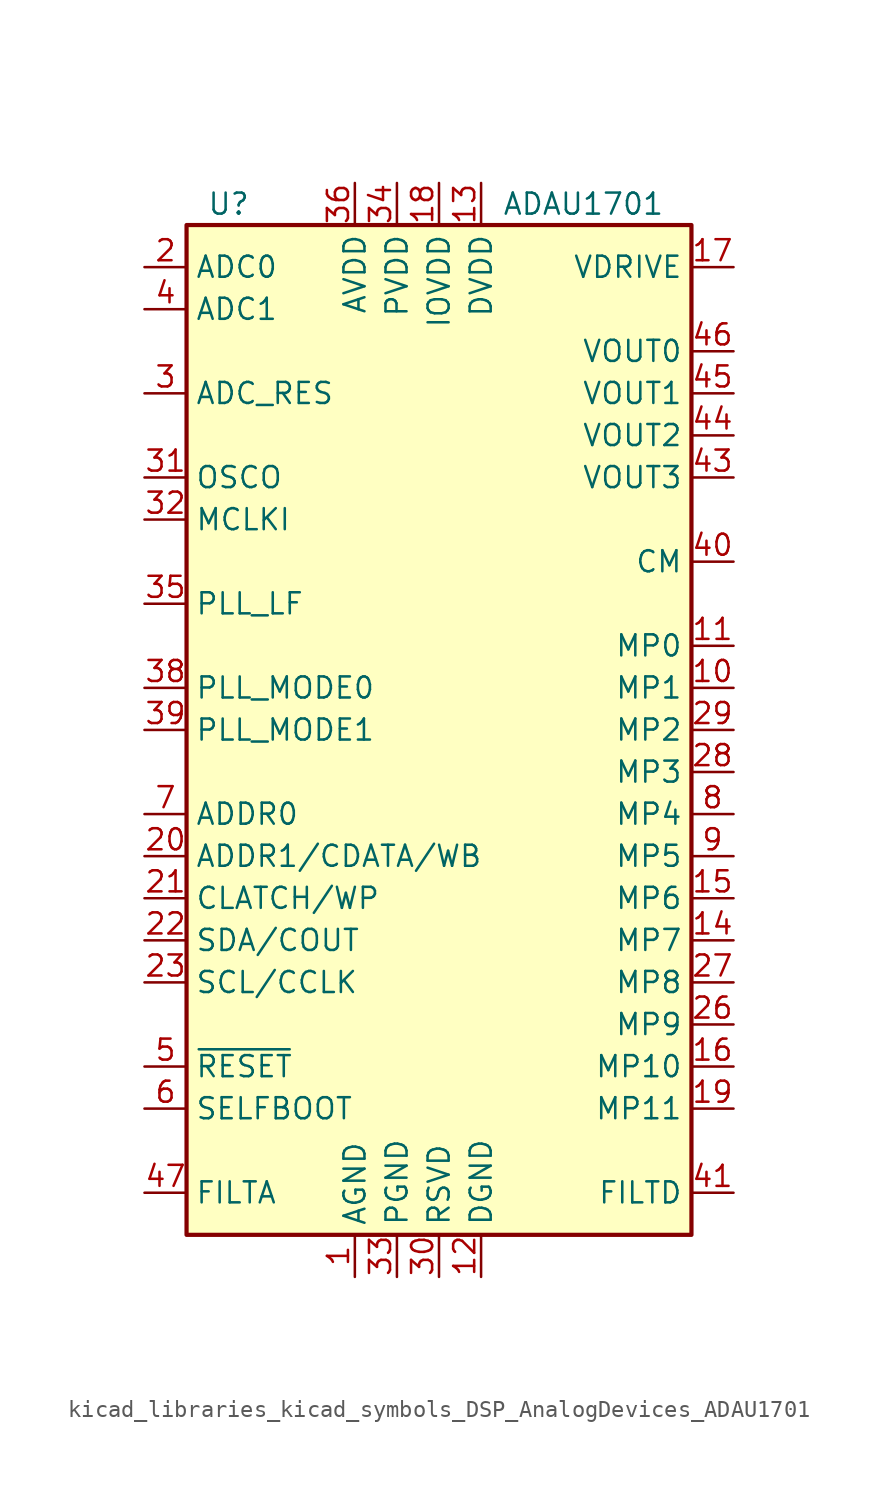
<source format=kicad_sym>
(kicad_symbol_lib
  (version 20220914)
  (generator kicad_symbol_editor)
  (symbol "kicad_libraries_kicad_symbols_DSP_AnalogDevices_ADAU1701"
    (property "Reference" "U"
      (at -12.7 31.75 0)
      (effects (font (size 1.27 1.27))))
    (property "Value" "ADAU1701"
      (at 3.81 31.75 0)
      (effects (font (size 1.27 1.27)) (justify left)))
    (symbol "kicad_libraries_kicad_symbols_DSP_AnalogDevices_ADAU1701_0_1"
      (rectangle (start -15.24 30.48) (end 15.24 -30.48) (stroke (width 0.254) (type default)) (fill (type background))))
    (symbol "kicad_libraries_kicad_symbols_DSP_AnalogDevices_ADAU1701_1_1"
      (pin power_in line (at -5.08 -33.02 90) (length 2.54) (name "AGND" (effects (font (size 1.27 1.27)))) (number "1" (effects (font (size 1.27 1.27)))))
      (pin bidirectional line (at 17.78 2.54 180) (length 2.54) (name "MP1" (effects (font (size 1.27 1.27)))) (number "10" (effects (font (size 1.27 1.27)))))
      (pin bidirectional line (at 17.78 5.08 180) (length 2.54) (name "MP0" (effects (font (size 1.27 1.27)))) (number "11" (effects (font (size 1.27 1.27)))))
      (pin power_in line (at 2.54 -33.02 90) (length 2.54) (name "DGND" (effects (font (size 1.27 1.27)))) (number "12" (effects (font (size 1.27 1.27)))))
      (pin power_in line (at 2.54 33.02 270) (length 2.54) (name "DVDD" (effects (font (size 1.27 1.27)))) (number "13" (effects (font (size 1.27 1.27)))))
      (pin bidirectional line (at 17.78 -12.7 180) (length 2.54) (name "MP7" (effects (font (size 1.27 1.27)))) (number "14" (effects (font (size 1.27 1.27)))))
      (pin bidirectional line (at 17.78 -10.16 180) (length 2.54) (name "MP6" (effects (font (size 1.27 1.27)))) (number "15" (effects (font (size 1.27 1.27)))))
      (pin bidirectional line (at 17.78 -20.32 180) (length 2.54) (name "MP10" (effects (font (size 1.27 1.27)))) (number "16" (effects (font (size 1.27 1.27)))))
      (pin output line (at 17.78 27.94 180) (length 2.54) (name "VDRIVE" (effects (font (size 1.27 1.27)))) (number "17" (effects (font (size 1.27 1.27)))))
      (pin power_in line (at 0 33.02 270) (length 2.54) (name "IOVDD" (effects (font (size 1.27 1.27)))) (number "18" (effects (font (size 1.27 1.27)))))
      (pin bidirectional line (at 17.78 -22.86 180) (length 2.54) (name "MP11" (effects (font (size 1.27 1.27)))) (number "19" (effects (font (size 1.27 1.27)))))
      (pin input line (at -17.78 27.94 0) (length 2.54) (name "ADC0" (effects (font (size 1.27 1.27)))) (number "2" (effects (font (size 1.27 1.27)))))
      (pin input line (at -17.78 -7.62 0) (length 2.54) (name "ADDR1/CDATA/WB" (effects (font (size 1.27 1.27)))) (number "20" (effects (font (size 1.27 1.27)))))
      (pin bidirectional line (at -17.78 -10.16 0) (length 2.54) (name "CLATCH/WP" (effects (font (size 1.27 1.27)))) (number "21" (effects (font (size 1.27 1.27)))))
      (pin bidirectional line (at -17.78 -12.7 0) (length 2.54) (name "SDA/COUT" (effects (font (size 1.27 1.27)))) (number "22" (effects (font (size 1.27 1.27)))))
      (pin bidirectional line (at -17.78 -15.24 0) (length 2.54) (name "SCL/CCLK" (effects (font (size 1.27 1.27)))) (number "23" (effects (font (size 1.27 1.27)))))
      (pin passive line (at 2.54 33.02 270) (length 2.54) hide (name "DVDD" (effects (font (size 1.27 1.27)))) (number "24" (effects (font (size 1.27 1.27)))))
      (pin passive line (at 2.54 -33.02 90) (length 2.54) hide (name "DGND" (effects (font (size 1.27 1.27)))) (number "25" (effects (font (size 1.27 1.27)))))
      (pin bidirectional line (at 17.78 -17.78 180) (length 2.54) (name "MP9" (effects (font (size 1.27 1.27)))) (number "26" (effects (font (size 1.27 1.27)))))
      (pin bidirectional line (at 17.78 -15.24 180) (length 2.54) (name "MP8" (effects (font (size 1.27 1.27)))) (number "27" (effects (font (size 1.27 1.27)))))
      (pin bidirectional line (at 17.78 -2.54 180) (length 2.54) (name "MP3" (effects (font (size 1.27 1.27)))) (number "28" (effects (font (size 1.27 1.27)))))
      (pin bidirectional line (at 17.78 0 180) (length 2.54) (name "MP2" (effects (font (size 1.27 1.27)))) (number "29" (effects (font (size 1.27 1.27)))))
      (pin passive line (at -17.78 20.32 0) (length 2.54) (name "ADC_RES" (effects (font (size 1.27 1.27)))) (number "3" (effects (font (size 1.27 1.27)))))
      (pin passive line (at 0 -33.02 90) (length 2.54) (name "RSVD" (effects (font (size 1.27 1.27)))) (number "30" (effects (font (size 1.27 1.27)))))
      (pin passive line (at -17.78 15.24 0) (length 2.54) (name "OSCO" (effects (font (size 1.27 1.27)))) (number "31" (effects (font (size 1.27 1.27)))))
      (pin passive line (at -17.78 12.7 0) (length 2.54) (name "MCLKI" (effects (font (size 1.27 1.27)))) (number "32" (effects (font (size 1.27 1.27)))))
      (pin power_in line (at -2.54 -33.02 90) (length 2.54) (name "PGND" (effects (font (size 1.27 1.27)))) (number "33" (effects (font (size 1.27 1.27)))))
      (pin power_in line (at -2.54 33.02 270) (length 2.54) (name "PVDD" (effects (font (size 1.27 1.27)))) (number "34" (effects (font (size 1.27 1.27)))))
      (pin passive line (at -17.78 7.62 0) (length 2.54) (name "PLL_LF" (effects (font (size 1.27 1.27)))) (number "35" (effects (font (size 1.27 1.27)))))
      (pin power_in line (at -5.08 33.02 270) (length 2.54) (name "AVDD" (effects (font (size 1.27 1.27)))) (number "36" (effects (font (size 1.27 1.27)))))
      (pin passive line (at -5.08 -33.02 90) (length 2.54) hide (name "AGND" (effects (font (size 1.27 1.27)))) (number "37" (effects (font (size 1.27 1.27)))))
      (pin input line (at -17.78 2.54 0) (length 2.54) (name "PLL_MODE0" (effects (font (size 1.27 1.27)))) (number "38" (effects (font (size 1.27 1.27)))))
      (pin input line (at -17.78 0 0) (length 2.54) (name "PLL_MODE1" (effects (font (size 1.27 1.27)))) (number "39" (effects (font (size 1.27 1.27)))))
      (pin input line (at -17.78 25.4 0) (length 2.54) (name "ADC1" (effects (font (size 1.27 1.27)))) (number "4" (effects (font (size 1.27 1.27)))))
      (pin output line (at 17.78 10.16 180) (length 2.54) (name "CM" (effects (font (size 1.27 1.27)))) (number "40" (effects (font (size 1.27 1.27)))))
      (pin output line (at 17.78 -27.94 180) (length 2.54) (name "FILTD" (effects (font (size 1.27 1.27)))) (number "41" (effects (font (size 1.27 1.27)))))
      (pin passive line (at -5.08 -33.02 90) (length 2.54) hide (name "AGND" (effects (font (size 1.27 1.27)))) (number "42" (effects (font (size 1.27 1.27)))))
      (pin output line (at 17.78 15.24 180) (length 2.54) (name "VOUT3" (effects (font (size 1.27 1.27)))) (number "43" (effects (font (size 1.27 1.27)))))
      (pin output line (at 17.78 17.78 180) (length 2.54) (name "VOUT2" (effects (font (size 1.27 1.27)))) (number "44" (effects (font (size 1.27 1.27)))))
      (pin output line (at 17.78 20.32 180) (length 2.54) (name "VOUT1" (effects (font (size 1.27 1.27)))) (number "45" (effects (font (size 1.27 1.27)))))
      (pin output line (at 17.78 22.86 180) (length 2.54) (name "VOUT0" (effects (font (size 1.27 1.27)))) (number "46" (effects (font (size 1.27 1.27)))))
      (pin output line (at -17.78 -27.94 0) (length 2.54) (name "FILTA" (effects (font (size 1.27 1.27)))) (number "47" (effects (font (size 1.27 1.27)))))
      (pin passive line (at -5.08 33.02 270) (length 2.54) hide (name "AVDD" (effects (font (size 1.27 1.27)))) (number "48" (effects (font (size 1.27 1.27)))))
      (pin input line (at -17.78 -20.32 0) (length 2.54) (name "~{RESET}" (effects (font (size 1.27 1.27)))) (number "5" (effects (font (size 1.27 1.27)))))
      (pin input line (at -17.78 -22.86 0) (length 2.54) (name "SELFBOOT" (effects (font (size 1.27 1.27)))) (number "6" (effects (font (size 1.27 1.27)))))
      (pin input line (at -17.78 -5.08 0) (length 2.54) (name "ADDR0" (effects (font (size 1.27 1.27)))) (number "7" (effects (font (size 1.27 1.27)))))
      (pin bidirectional line (at 17.78 -5.08 180) (length 2.54) (name "MP4" (effects (font (size 1.27 1.27)))) (number "8" (effects (font (size 1.27 1.27)))))
      (pin bidirectional line (at 17.78 -7.62 180) (length 2.54) (name "MP5" (effects (font (size 1.27 1.27)))) (number "9" (effects (font (size 1.27 1.27))))))))
</source>
